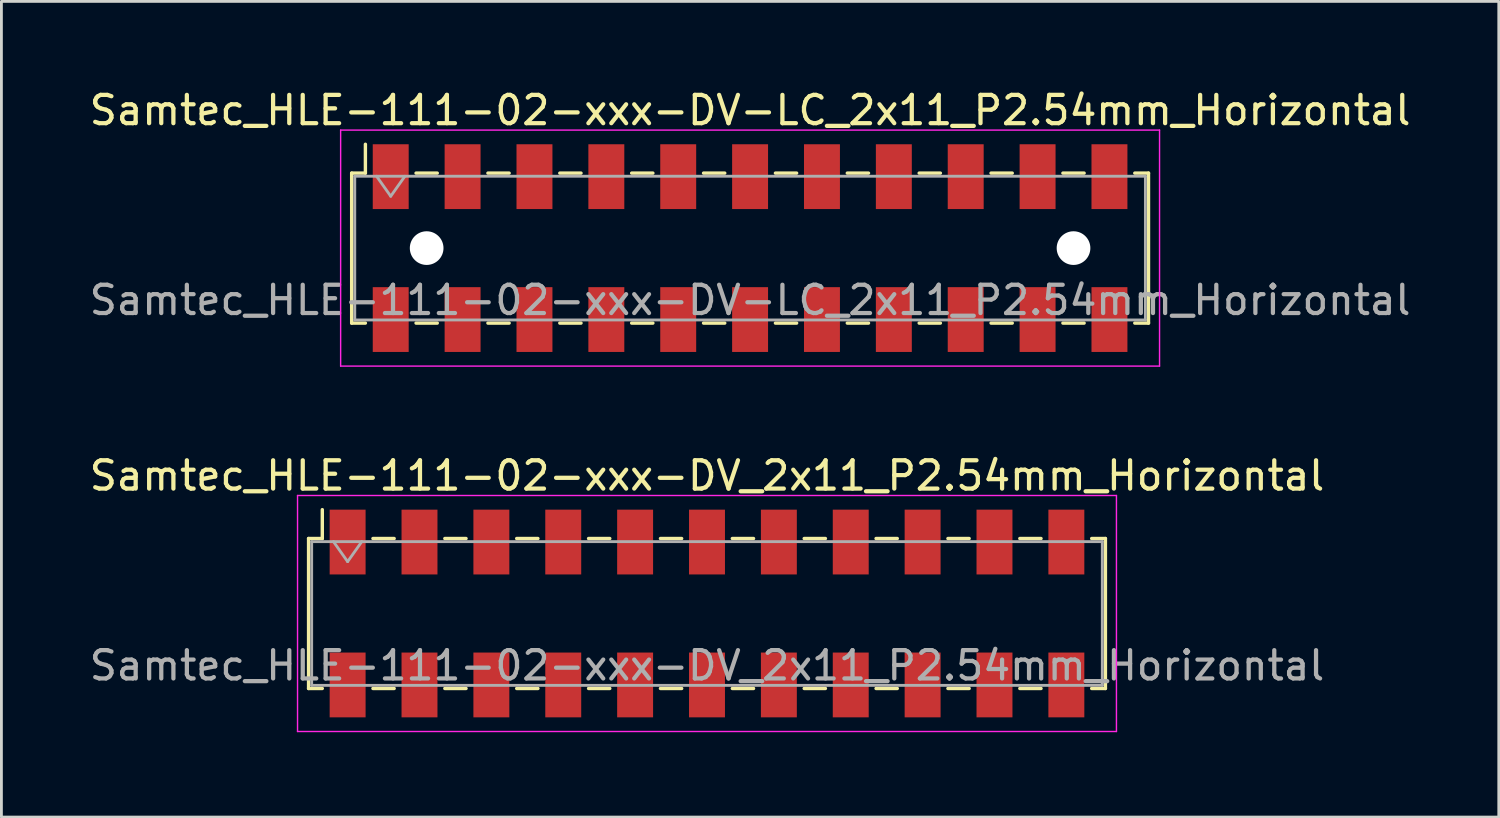
<source format=kicad_pcb>
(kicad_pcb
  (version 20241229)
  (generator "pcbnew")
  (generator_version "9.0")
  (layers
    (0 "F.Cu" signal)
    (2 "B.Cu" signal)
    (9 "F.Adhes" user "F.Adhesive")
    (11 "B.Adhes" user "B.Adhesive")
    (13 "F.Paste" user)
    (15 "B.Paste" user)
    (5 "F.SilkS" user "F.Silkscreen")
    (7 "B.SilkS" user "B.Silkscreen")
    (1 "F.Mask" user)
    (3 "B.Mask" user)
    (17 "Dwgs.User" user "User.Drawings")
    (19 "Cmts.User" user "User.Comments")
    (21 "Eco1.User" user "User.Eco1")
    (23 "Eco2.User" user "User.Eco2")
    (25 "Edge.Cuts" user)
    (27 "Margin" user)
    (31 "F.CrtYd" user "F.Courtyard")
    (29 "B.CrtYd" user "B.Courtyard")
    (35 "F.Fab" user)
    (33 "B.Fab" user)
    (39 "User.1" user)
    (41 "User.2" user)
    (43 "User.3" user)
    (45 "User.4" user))
  (footprint "Samtec_HLE-111-02-xxx-DV-LC_2x11_P2.54mm_Horizontal"
    (layer "F.Cu")
    (at 23.458 5.718)
    (property "Reference" "Samtec_HLE-111-02-xxx-DV-LC_2x11_P2.54mm_Horizontal" (at 0 -4.87 0) (layer "F.SilkS") (effects (font (size 1 1) (thickness 0.15))))
    (attr smd)
    (fp_line (start -14.08 -2.65) (end -14.08 2.65) (stroke (width 0.12) (type solid)) (layer "F.SilkS"))
    (fp_line (start -14.08 2.65) (end -13.595 2.65) (stroke (width 0.12) (type solid)) (layer "F.SilkS"))
    (fp_line (start -13.595 -3.67) (end -13.595 -2.65) (stroke (width 0.12) (type solid)) (layer "F.SilkS"))
    (fp_line (start -13.595 -2.65) (end -14.08 -2.65) (stroke (width 0.12) (type solid)) (layer "F.SilkS"))
    (fp_line (start -11.805 -2.65) (end -11.055 -2.65) (stroke (width 0.12) (type solid)) (layer "F.SilkS"))
    (fp_line (start -11.805 2.65) (end -11.055 2.65) (stroke (width 0.12) (type solid)) (layer "F.SilkS"))
    (fp_line (start -9.265 -2.65) (end -8.515 -2.65) (stroke (width 0.12) (type solid)) (layer "F.SilkS"))
    (fp_line (start -9.265 2.65) (end -8.515 2.65) (stroke (width 0.12) (type solid)) (layer "F.SilkS"))
    (fp_line (start -6.725 -2.65) (end -5.975 -2.65) (stroke (width 0.12) (type solid)) (layer "F.SilkS"))
    (fp_line (start -6.725 2.65) (end -5.975 2.65) (stroke (width 0.12) (type solid)) (layer "F.SilkS"))
    (fp_line (start -4.185 -2.65) (end -3.435 -2.65) (stroke (width 0.12) (type solid)) (layer "F.SilkS"))
    (fp_line (start -4.185 2.65) (end -3.435 2.65) (stroke (width 0.12) (type solid)) (layer "F.SilkS"))
    (fp_line (start -1.645 -2.65) (end -0.895 -2.65) (stroke (width 0.12) (type solid)) (layer "F.SilkS"))
    (fp_line (start -1.645 2.65) (end -0.895 2.65) (stroke (width 0.12) (type solid)) (layer "F.SilkS"))
    (fp_line (start 0.895 -2.65) (end 1.645 -2.65) (stroke (width 0.12) (type solid)) (layer "F.SilkS"))
    (fp_line (start 0.895 2.65) (end 1.645 2.65) (stroke (width 0.12) (type solid)) (layer "F.SilkS"))
    (fp_line (start 3.435 -2.65) (end 4.185 -2.65) (stroke (width 0.12) (type solid)) (layer "F.SilkS"))
    (fp_line (start 3.435 2.65) (end 4.185 2.65) (stroke (width 0.12) (type solid)) (layer "F.SilkS"))
    (fp_line (start 5.975 -2.65) (end 6.725 -2.65) (stroke (width 0.12) (type solid)) (layer "F.SilkS"))
    (fp_line (start 5.975 2.65) (end 6.725 2.65) (stroke (width 0.12) (type solid)) (layer "F.SilkS"))
    (fp_line (start 8.515 -2.65) (end 9.265 -2.65) (stroke (width 0.12) (type solid)) (layer "F.SilkS"))
    (fp_line (start 8.515 2.65) (end 9.265 2.65) (stroke (width 0.12) (type solid)) (layer "F.SilkS"))
    (fp_line (start 11.055 -2.65) (end 11.805 -2.65) (stroke (width 0.12) (type solid)) (layer "F.SilkS"))
    (fp_line (start 11.055 2.65) (end 11.805 2.65) (stroke (width 0.12) (type solid)) (layer "F.SilkS"))
    (fp_line (start 13.595 -2.65) (end 14.08 -2.65) (stroke (width 0.12) (type solid)) (layer "F.SilkS"))
    (fp_line (start 14.08 -2.65) (end 14.08 2.65) (stroke (width 0.12) (type solid)) (layer "F.SilkS"))
    (fp_line (start 14.08 2.65) (end 13.595 2.65) (stroke (width 0.12) (type solid)) (layer "F.SilkS"))
    (fp_line (start -14.47 -4.17) (end 14.47 -4.17) (stroke (width 0.05) (type solid)) (layer "F.CrtYd"))
    (fp_line (start -14.47 4.17) (end -14.47 -4.17) (stroke (width 0.05) (type solid)) (layer "F.CrtYd"))
    (fp_line (start 14.47 -4.17) (end 14.47 4.17) (stroke (width 0.05) (type solid)) (layer "F.CrtYd"))
    (fp_line (start 14.47 4.17) (end -14.47 4.17) (stroke (width 0.05) (type solid)) (layer "F.CrtYd"))
    (fp_line (start -13.97 -2.54) (end 13.97 -2.54) (stroke (width 0.1) (type solid)) (layer "F.Fab"))
    (fp_line (start -13.97 2.54) (end -13.97 -2.54) (stroke (width 0.1) (type solid)) (layer "F.Fab"))
    (fp_line (start -13.2 -2.54) (end -12.7 -1.833) (stroke (width 0.1) (type solid)) (layer "F.Fab"))
    (fp_line (start -12.7 -1.833) (end -12.2 -2.54) (stroke (width 0.1) (type solid)) (layer "F.Fab"))
    (fp_line (start 13.97 -2.54) (end 13.97 2.54) (stroke (width 0.1) (type solid)) (layer "F.Fab"))
    (fp_line (start 13.97 2.54) (end -13.97 2.54) (stroke (width 0.1) (type solid)) (layer "F.Fab"))
    (fp_text user "${REFERENCE}" (at 0 1.84 0) (layer "F.Fab") (effects (font (size 1 1) (thickness 0.15))))
    (pad "" np_thru_hole circle (at -11.43 0) (size 1.19 1.19) (drill 1.19) (layers "*.Cu" "*.Mask"))
    (pad "" np_thru_hole circle (at 11.43 0) (size 1.19 1.19) (drill 1.19) (layers "*.Cu" "*.Mask"))
    (pad "1" smd rect (at -12.7 -2.525) (size 1.27 2.29) (layers "F.Cu" "F.Mask" "F.Paste"))
    (pad "2" smd rect (at -12.7 2.525) (size 1.27 2.29) (layers "F.Cu" "F.Mask" "F.Paste"))
    (pad "3" smd rect (at -10.16 -2.525) (size 1.27 2.29) (layers "F.Cu" "F.Mask" "F.Paste"))
    (pad "4" smd rect (at -10.16 2.525) (size 1.27 2.29) (layers "F.Cu" "F.Mask" "F.Paste"))
    (pad "5" smd rect (at -7.62 -2.525) (size 1.27 2.29) (layers "F.Cu" "F.Mask" "F.Paste"))
    (pad "6" smd rect (at -7.62 2.525) (size 1.27 2.29) (layers "F.Cu" "F.Mask" "F.Paste"))
    (pad "7" smd rect (at -5.08 -2.525) (size 1.27 2.29) (layers "F.Cu" "F.Mask" "F.Paste"))
    (pad "8" smd rect (at -5.08 2.525) (size 1.27 2.29) (layers "F.Cu" "F.Mask" "F.Paste"))
    (pad "9" smd rect (at -2.54 -2.525) (size 1.27 2.29) (layers "F.Cu" "F.Mask" "F.Paste"))
    (pad "10" smd rect (at -2.54 2.525) (size 1.27 2.29) (layers "F.Cu" "F.Mask" "F.Paste"))
    (pad "11" smd rect (at 0 -2.525) (size 1.27 2.29) (layers "F.Cu" "F.Mask" "F.Paste"))
    (pad "12" smd rect (at 0 2.525) (size 1.27 2.29) (layers "F.Cu" "F.Mask" "F.Paste"))
    (pad "13" smd rect (at 2.54 -2.525) (size 1.27 2.29) (layers "F.Cu" "F.Mask" "F.Paste"))
    (pad "14" smd rect (at 2.54 2.525) (size 1.27 2.29) (layers "F.Cu" "F.Mask" "F.Paste"))
    (pad "15" smd rect (at 5.08 -2.525) (size 1.27 2.29) (layers "F.Cu" "F.Mask" "F.Paste"))
    (pad "16" smd rect (at 5.08 2.525) (size 1.27 2.29) (layers "F.Cu" "F.Mask" "F.Paste"))
    (pad "17" smd rect (at 7.62 -2.525) (size 1.27 2.29) (layers "F.Cu" "F.Mask" "F.Paste"))
    (pad "18" smd rect (at 7.62 2.525) (size 1.27 2.29) (layers "F.Cu" "F.Mask" "F.Paste"))
    (pad "19" smd rect (at 10.16 -2.525) (size 1.27 2.29) (layers "F.Cu" "F.Mask" "F.Paste"))
    (pad "20" smd rect (at 10.16 2.525) (size 1.27 2.29) (layers "F.Cu" "F.Mask" "F.Paste"))
    (pad "21" smd rect (at 12.7 -2.525) (size 1.27 2.29) (layers "F.Cu" "F.Mask" "F.Paste"))
    (pad "22" smd rect (at 12.7 2.525) (size 1.27 2.29) (layers "F.Cu" "F.Mask" "F.Paste")))
  (footprint "Samtec_HLE-111-02-xxx-DV_2x11_P2.54mm_Horizontal"
    (layer "F.Cu")
    (at 21.935 18.631)
    (property "Reference" "Samtec_HLE-111-02-xxx-DV_2x11_P2.54mm_Horizontal" (at 0 -4.87 0) (layer "F.SilkS") (effects (font (size 1 1) (thickness 0.15))))
    (attr smd)
    (fp_line (start -14.08 -2.65) (end -14.08 2.65) (stroke (width 0.12) (type solid)) (layer "F.SilkS"))
    (fp_line (start -14.08 2.65) (end -13.595 2.65) (stroke (width 0.12) (type solid)) (layer "F.SilkS"))
    (fp_line (start -13.595 -3.67) (end -13.595 -2.65) (stroke (width 0.12) (type solid)) (layer "F.SilkS"))
    (fp_line (start -13.595 -2.65) (end -14.08 -2.65) (stroke (width 0.12) (type solid)) (layer "F.SilkS"))
    (fp_line (start -11.805 -2.65) (end -11.055 -2.65) (stroke (width 0.12) (type solid)) (layer "F.SilkS"))
    (fp_line (start -11.805 2.65) (end -11.055 2.65) (stroke (width 0.12) (type solid)) (layer "F.SilkS"))
    (fp_line (start -9.265 -2.65) (end -8.515 -2.65) (stroke (width 0.12) (type solid)) (layer "F.SilkS"))
    (fp_line (start -9.265 2.65) (end -8.515 2.65) (stroke (width 0.12) (type solid)) (layer "F.SilkS"))
    (fp_line (start -6.725 -2.65) (end -5.975 -2.65) (stroke (width 0.12) (type solid)) (layer "F.SilkS"))
    (fp_line (start -6.725 2.65) (end -5.975 2.65) (stroke (width 0.12) (type solid)) (layer "F.SilkS"))
    (fp_line (start -4.185 -2.65) (end -3.435 -2.65) (stroke (width 0.12) (type solid)) (layer "F.SilkS"))
    (fp_line (start -4.185 2.65) (end -3.435 2.65) (stroke (width 0.12) (type solid)) (layer "F.SilkS"))
    (fp_line (start -1.645 -2.65) (end -0.895 -2.65) (stroke (width 0.12) (type solid)) (layer "F.SilkS"))
    (fp_line (start -1.645 2.65) (end -0.895 2.65) (stroke (width 0.12) (type solid)) (layer "F.SilkS"))
    (fp_line (start 0.895 -2.65) (end 1.645 -2.65) (stroke (width 0.12) (type solid)) (layer "F.SilkS"))
    (fp_line (start 0.895 2.65) (end 1.645 2.65) (stroke (width 0.12) (type solid)) (layer "F.SilkS"))
    (fp_line (start 3.435 -2.65) (end 4.185 -2.65) (stroke (width 0.12) (type solid)) (layer "F.SilkS"))
    (fp_line (start 3.435 2.65) (end 4.185 2.65) (stroke (width 0.12) (type solid)) (layer "F.SilkS"))
    (fp_line (start 5.975 -2.65) (end 6.725 -2.65) (stroke (width 0.12) (type solid)) (layer "F.SilkS"))
    (fp_line (start 5.975 2.65) (end 6.725 2.65) (stroke (width 0.12) (type solid)) (layer "F.SilkS"))
    (fp_line (start 8.515 -2.65) (end 9.265 -2.65) (stroke (width 0.12) (type solid)) (layer "F.SilkS"))
    (fp_line (start 8.515 2.65) (end 9.265 2.65) (stroke (width 0.12) (type solid)) (layer "F.SilkS"))
    (fp_line (start 11.055 -2.65) (end 11.805 -2.65) (stroke (width 0.12) (type solid)) (layer "F.SilkS"))
    (fp_line (start 11.055 2.65) (end 11.805 2.65) (stroke (width 0.12) (type solid)) (layer "F.SilkS"))
    (fp_line (start 13.595 -2.65) (end 14.08 -2.65) (stroke (width 0.12) (type solid)) (layer "F.SilkS"))
    (fp_line (start 14.08 -2.65) (end 14.08 2.65) (stroke (width 0.12) (type solid)) (layer "F.SilkS"))
    (fp_line (start 14.08 2.65) (end 13.595 2.65) (stroke (width 0.12) (type solid)) (layer "F.SilkS"))
    (fp_line (start -14.47 -4.17) (end 14.47 -4.17) (stroke (width 0.05) (type solid)) (layer "F.CrtYd"))
    (fp_line (start -14.47 4.17) (end -14.47 -4.17) (stroke (width 0.05) (type solid)) (layer "F.CrtYd"))
    (fp_line (start 14.47 -4.17) (end 14.47 4.17) (stroke (width 0.05) (type solid)) (layer "F.CrtYd"))
    (fp_line (start 14.47 4.17) (end -14.47 4.17) (stroke (width 0.05) (type solid)) (layer "F.CrtYd"))
    (fp_line (start -13.97 -2.54) (end 13.97 -2.54) (stroke (width 0.1) (type solid)) (layer "F.Fab"))
    (fp_line (start -13.97 2.54) (end -13.97 -2.54) (stroke (width 0.1) (type solid)) (layer "F.Fab"))
    (fp_line (start -13.2 -2.54) (end -12.7 -1.833) (stroke (width 0.1) (type solid)) (layer "F.Fab"))
    (fp_line (start -12.7 -1.833) (end -12.2 -2.54) (stroke (width 0.1) (type solid)) (layer "F.Fab"))
    (fp_line (start 13.97 -2.54) (end 13.97 2.54) (stroke (width 0.1) (type solid)) (layer "F.Fab"))
    (fp_line (start 13.97 2.54) (end -13.97 2.54) (stroke (width 0.1) (type solid)) (layer "F.Fab"))
    (fp_text user "${REFERENCE}" (at 0 1.84 0) (layer "F.Fab") (effects (font (size 1 1) (thickness 0.15))))
    (pad "1" smd rect (at -12.7 -2.525) (size 1.27 2.29) (layers "F.Cu" "F.Mask" "F.Paste"))
    (pad "2" smd rect (at -12.7 2.525) (size 1.27 2.29) (layers "F.Cu" "F.Mask" "F.Paste"))
    (pad "3" smd rect (at -10.16 -2.525) (size 1.27 2.29) (layers "F.Cu" "F.Mask" "F.Paste"))
    (pad "4" smd rect (at -10.16 2.525) (size 1.27 2.29) (layers "F.Cu" "F.Mask" "F.Paste"))
    (pad "5" smd rect (at -7.62 -2.525) (size 1.27 2.29) (layers "F.Cu" "F.Mask" "F.Paste"))
    (pad "6" smd rect (at -7.62 2.525) (size 1.27 2.29) (layers "F.Cu" "F.Mask" "F.Paste"))
    (pad "7" smd rect (at -5.08 -2.525) (size 1.27 2.29) (layers "F.Cu" "F.Mask" "F.Paste"))
    (pad "8" smd rect (at -5.08 2.525) (size 1.27 2.29) (layers "F.Cu" "F.Mask" "F.Paste"))
    (pad "9" smd rect (at -2.54 -2.525) (size 1.27 2.29) (layers "F.Cu" "F.Mask" "F.Paste"))
    (pad "10" smd rect (at -2.54 2.525) (size 1.27 2.29) (layers "F.Cu" "F.Mask" "F.Paste"))
    (pad "11" smd rect (at 0 -2.525) (size 1.27 2.29) (layers "F.Cu" "F.Mask" "F.Paste"))
    (pad "12" smd rect (at 0 2.525) (size 1.27 2.29) (layers "F.Cu" "F.Mask" "F.Paste"))
    (pad "13" smd rect (at 2.54 -2.525) (size 1.27 2.29) (layers "F.Cu" "F.Mask" "F.Paste"))
    (pad "14" smd rect (at 2.54 2.525) (size 1.27 2.29) (layers "F.Cu" "F.Mask" "F.Paste"))
    (pad "15" smd rect (at 5.08 -2.525) (size 1.27 2.29) (layers "F.Cu" "F.Mask" "F.Paste"))
    (pad "16" smd rect (at 5.08 2.525) (size 1.27 2.29) (layers "F.Cu" "F.Mask" "F.Paste"))
    (pad "17" smd rect (at 7.62 -2.525) (size 1.27 2.29) (layers "F.Cu" "F.Mask" "F.Paste"))
    (pad "18" smd rect (at 7.62 2.525) (size 1.27 2.29) (layers "F.Cu" "F.Mask" "F.Paste"))
    (pad "19" smd rect (at 10.16 -2.525) (size 1.27 2.29) (layers "F.Cu" "F.Mask" "F.Paste"))
    (pad "20" smd rect (at 10.16 2.525) (size 1.27 2.29) (layers "F.Cu" "F.Mask" "F.Paste"))
    (pad "21" smd rect (at 12.7 -2.525) (size 1.27 2.29) (layers "F.Cu" "F.Mask" "F.Paste"))
    (pad "22" smd rect (at 12.7 2.525) (size 1.27 2.29) (layers "F.Cu" "F.Mask" "F.Paste")))
  (gr_rect
    (start -3 -3)
    (end 49.917 25.826)
    (stroke (width 0.1) (type default))
    (fill no)
    (layer "Edge.Cuts")))
</source>
